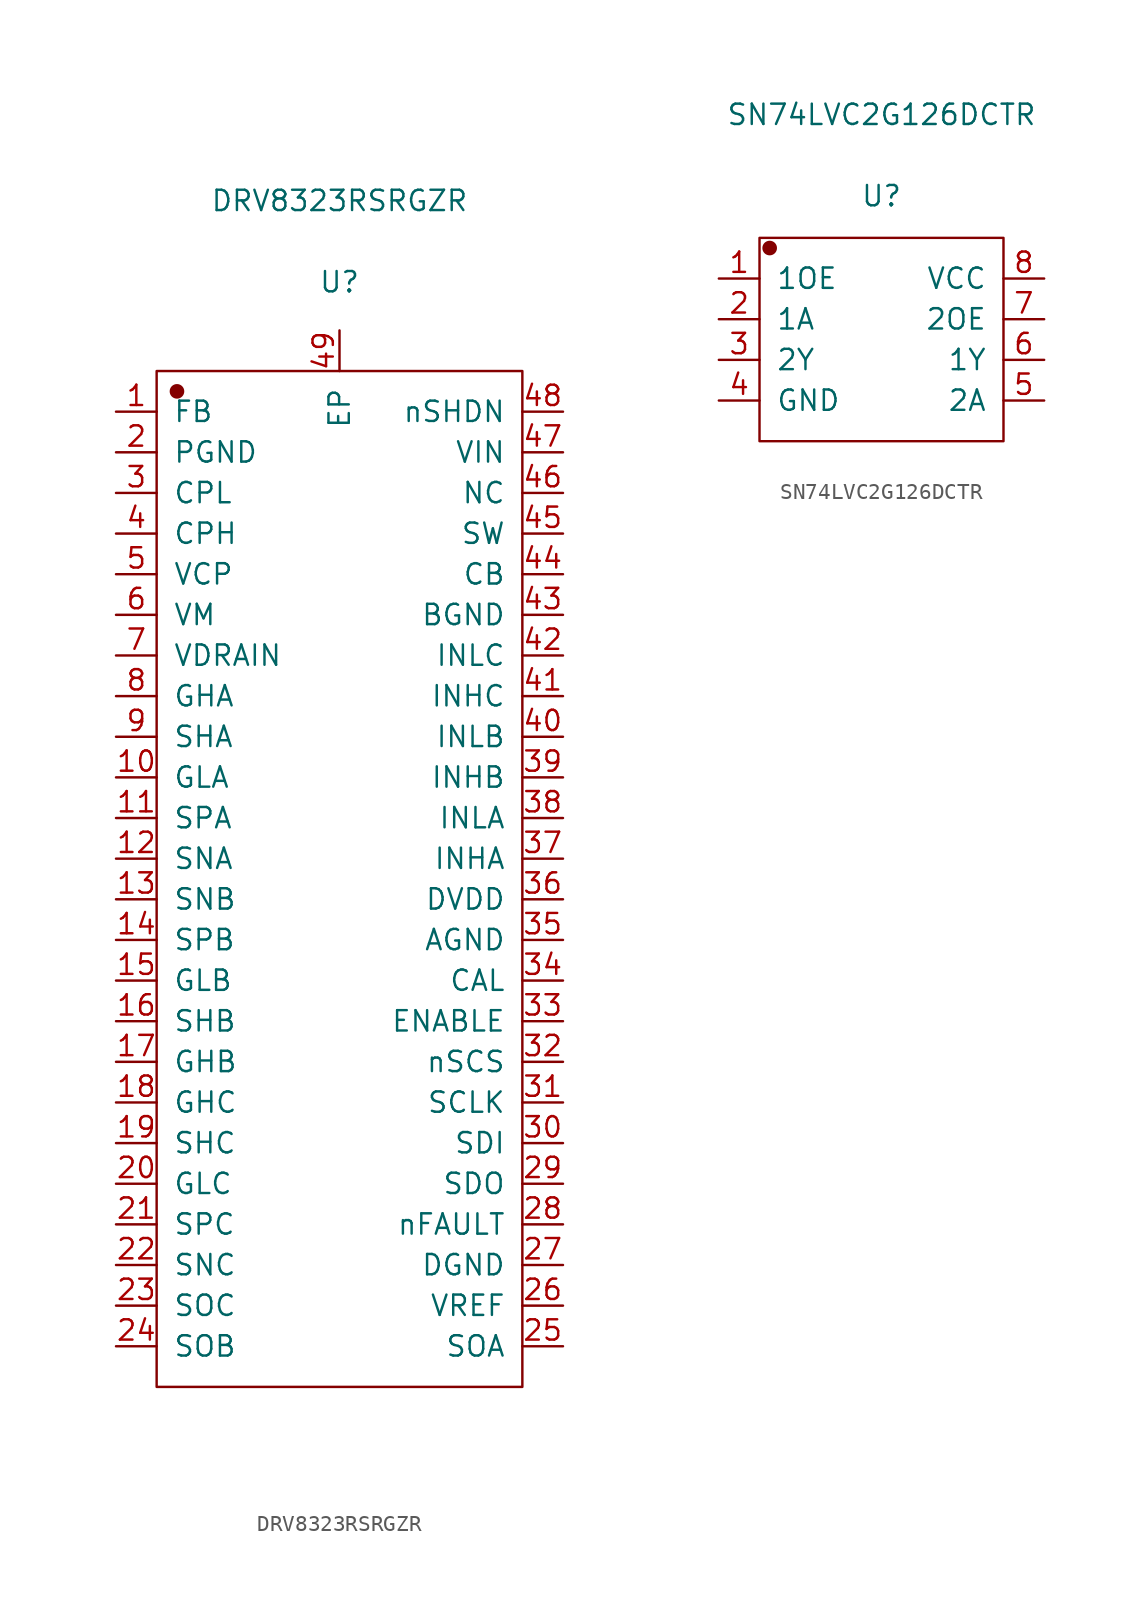
<source format=kicad_sym>
(kicad_symbol_lib
  (version 20231120)
  (generator "kicad_symbol_editor")
  (generator_version "8.0")
  (symbol "DRV8323RSRGZR"
    (pin_names
      (offset 1.016))
    (property "Reference" "U"
      (at 0 37.313 0)
      (effects (font (size 1.27 1.27))))
    (property "Value" "DRV8323RSRGZR"
      (at 0 42.393 0)
      (effects (font (size 1.27 1.27))))
    (symbol "DRV8323RSRGZR_1_1"
      (rectangle (start -11.43 31.75) (end 11.43 -31.75) (stroke (width 0.152) (type solid)) (fill (type none)))
      (circle (center -10.16 30.48) (radius 0.381) (stroke (width 0.152) (type solid)) (fill (type outline)))
      (pin input line (at -13.97 29.21 0) (length 2.54) (name "FB" (effects (font (size 1.27 1.27)))) (number "1" (effects (font (size 1.27 1.27)))))
      (pin output line (at -13.97 6.35 0) (length 2.54) (name "GLA" (effects (font (size 1.27 1.27)))) (number "10" (effects (font (size 1.27 1.27)))))
      (pin input line (at -13.97 3.81 0) (length 2.54) (name "SPA" (effects (font (size 1.27 1.27)))) (number "11" (effects (font (size 1.27 1.27)))))
      (pin input line (at -13.97 1.27 0) (length 2.54) (name "SNA" (effects (font (size 1.27 1.27)))) (number "12" (effects (font (size 1.27 1.27)))))
      (pin input line (at -13.97 -1.27 0) (length 2.54) (name "SNB" (effects (font (size 1.27 1.27)))) (number "13" (effects (font (size 1.27 1.27)))))
      (pin input line (at -13.97 -3.81 0) (length 2.54) (name "SPB" (effects (font (size 1.27 1.27)))) (number "14" (effects (font (size 1.27 1.27)))))
      (pin output line (at -13.97 -6.35 0) (length 2.54) (name "GLB" (effects (font (size 1.27 1.27)))) (number "15" (effects (font (size 1.27 1.27)))))
      (pin input line (at -13.97 -8.89 0) (length 2.54) (name "SHB" (effects (font (size 1.27 1.27)))) (number "16" (effects (font (size 1.27 1.27)))))
      (pin output line (at -13.97 -11.43 0) (length 2.54) (name "GHB" (effects (font (size 1.27 1.27)))) (number "17" (effects (font (size 1.27 1.27)))))
      (pin output line (at -13.97 -13.97 0) (length 2.54) (name "GHC" (effects (font (size 1.27 1.27)))) (number "18" (effects (font (size 1.27 1.27)))))
      (pin input line (at -13.97 -16.51 0) (length 2.54) (name "SHC" (effects (font (size 1.27 1.27)))) (number "19" (effects (font (size 1.27 1.27)))))
      (pin power_in line (at -13.97 26.67 0) (length 2.54) (name "PGND" (effects (font (size 1.27 1.27)))) (number "2" (effects (font (size 1.27 1.27)))))
      (pin output line (at -13.97 -19.05 0) (length 2.54) (name "GLC" (effects (font (size 1.27 1.27)))) (number "20" (effects (font (size 1.27 1.27)))))
      (pin input line (at -13.97 -21.59 0) (length 2.54) (name "SPC" (effects (font (size 1.27 1.27)))) (number "21" (effects (font (size 1.27 1.27)))))
      (pin input line (at -13.97 -24.13 0) (length 2.54) (name "SNC" (effects (font (size 1.27 1.27)))) (number "22" (effects (font (size 1.27 1.27)))))
      (pin output line (at -13.97 -26.67 0) (length 2.54) (name "SOC" (effects (font (size 1.27 1.27)))) (number "23" (effects (font (size 1.27 1.27)))))
      (pin output line (at -13.97 -29.21 0) (length 2.54) (name "SOB" (effects (font (size 1.27 1.27)))) (number "24" (effects (font (size 1.27 1.27)))))
      (pin output line (at 13.97 -29.21 180) (length 2.54) (name "SOA" (effects (font (size 1.27 1.27)))) (number "25" (effects (font (size 1.27 1.27)))))
      (pin power_in line (at 13.97 -26.67 180) (length 2.54) (name "VREF" (effects (font (size 1.27 1.27)))) (number "26" (effects (font (size 1.27 1.27)))))
      (pin power_in line (at 13.97 -24.13 180) (length 2.54) (name "DGND" (effects (font (size 1.27 1.27)))) (number "27" (effects (font (size 1.27 1.27)))))
      (pin output line (at 13.97 -21.59 180) (length 2.54) (name "nFAULT" (effects (font (size 1.27 1.27)))) (number "28" (effects (font (size 1.27 1.27)))))
      (pin bidirectional line (at 13.97 -19.05 180) (length 2.54) (name "SDO" (effects (font (size 1.27 1.27)))) (number "29" (effects (font (size 1.27 1.27)))))
      (pin passive line (at -13.97 24.13 0) (length 2.54) (name "CPL" (effects (font (size 1.27 1.27)))) (number "3" (effects (font (size 1.27 1.27)))))
      (pin bidirectional line (at 13.97 -16.51 180) (length 2.54) (name "SDI" (effects (font (size 1.27 1.27)))) (number "30" (effects (font (size 1.27 1.27)))))
      (pin bidirectional line (at 13.97 -13.97 180) (length 2.54) (name "SCLK" (effects (font (size 1.27 1.27)))) (number "31" (effects (font (size 1.27 1.27)))))
      (pin input line (at 13.97 -11.43 180) (length 2.54) (name "nSCS" (effects (font (size 1.27 1.27)))) (number "32" (effects (font (size 1.27 1.27)))))
      (pin input line (at 13.97 -8.89 180) (length 2.54) (name "ENABLE" (effects (font (size 1.27 1.27)))) (number "33" (effects (font (size 1.27 1.27)))))
      (pin input line (at 13.97 -6.35 180) (length 2.54) (name "CAL" (effects (font (size 1.27 1.27)))) (number "34" (effects (font (size 1.27 1.27)))))
      (pin power_in line (at 13.97 -3.81 180) (length 2.54) (name "AGND" (effects (font (size 1.27 1.27)))) (number "35" (effects (font (size 1.27 1.27)))))
      (pin power_out line (at 13.97 -1.27 180) (length 2.54) (name "DVDD" (effects (font (size 1.27 1.27)))) (number "36" (effects (font (size 1.27 1.27)))))
      (pin input line (at 13.97 1.27 180) (length 2.54) (name "INHA" (effects (font (size 1.27 1.27)))) (number "37" (effects (font (size 1.27 1.27)))))
      (pin input line (at 13.97 3.81 180) (length 2.54) (name "INLA" (effects (font (size 1.27 1.27)))) (number "38" (effects (font (size 1.27 1.27)))))
      (pin input line (at 13.97 6.35 180) (length 2.54) (name "INHB" (effects (font (size 1.27 1.27)))) (number "39" (effects (font (size 1.27 1.27)))))
      (pin passive line (at -13.97 21.59 0) (length 2.54) (name "CPH" (effects (font (size 1.27 1.27)))) (number "4" (effects (font (size 1.27 1.27)))))
      (pin input line (at 13.97 8.89 180) (length 2.54) (name "INLB" (effects (font (size 1.27 1.27)))) (number "40" (effects (font (size 1.27 1.27)))))
      (pin input line (at 13.97 11.43 180) (length 2.54) (name "INHC" (effects (font (size 1.27 1.27)))) (number "41" (effects (font (size 1.27 1.27)))))
      (pin input line (at 13.97 13.97 180) (length 2.54) (name "INLC" (effects (font (size 1.27 1.27)))) (number "42" (effects (font (size 1.27 1.27)))))
      (pin power_in line (at 13.97 16.51 180) (length 2.54) (name "BGND" (effects (font (size 1.27 1.27)))) (number "43" (effects (font (size 1.27 1.27)))))
      (pin input line (at 13.97 19.05 180) (length 2.54) (name "CB" (effects (font (size 1.27 1.27)))) (number "44" (effects (font (size 1.27 1.27)))))
      (pin output line (at 13.97 21.59 180) (length 2.54) (name "SW" (effects (font (size 1.27 1.27)))) (number "45" (effects (font (size 1.27 1.27)))))
      (pin passive line (at 13.97 24.13 180) (length 2.54) (name "NC" (effects (font (size 1.27 1.27)))) (number "46" (effects (font (size 1.27 1.27)))))
      (pin power_in line (at 13.97 26.67 180) (length 2.54) (name "VIN" (effects (font (size 1.27 1.27)))) (number "47" (effects (font (size 1.27 1.27)))))
      (pin input line (at 13.97 29.21 180) (length 2.54) (name "nSHDN" (effects (font (size 1.27 1.27)))) (number "48" (effects (font (size 1.27 1.27)))))
      (pin passive line (at 0 34.29 270) (length 2.54) (name "EP" (effects (font (size 1.27 1.27)))) (number "49" (effects (font (size 1.27 1.27)))))
      (pin power_out line (at -13.97 19.05 0) (length 2.54) (name "VCP" (effects (font (size 1.27 1.27)))) (number "5" (effects (font (size 1.27 1.27)))))
      (pin power_in line (at -13.97 16.51 0) (length 2.54) (name "VM" (effects (font (size 1.27 1.27)))) (number "6" (effects (font (size 1.27 1.27)))))
      (pin input line (at -13.97 13.97 0) (length 2.54) (name "VDRAIN" (effects (font (size 1.27 1.27)))) (number "7" (effects (font (size 1.27 1.27)))))
      (pin output line (at -13.97 11.43 0) (length 2.54) (name "GHA" (effects (font (size 1.27 1.27)))) (number "8" (effects (font (size 1.27 1.27)))))
      (pin input line (at -13.97 8.89 0) (length 2.54) (name "SHA" (effects (font (size 1.27 1.27)))) (number "9" (effects (font (size 1.27 1.27)))))))
  (symbol "SN74LVC2G126DCTR"
    (pin_names
      (offset 1.016))
    (property "Reference" "U"
      (at 0 8.966 0)
      (effects (font (size 1.27 1.27))))
    (property "Value" "SN74LVC2G126DCTR"
      (at 0 14.046 0)
      (effects (font (size 1.27 1.27))))
    (symbol "SN74LVC2G126DCTR_1_1"
      (rectangle (start -7.62 6.35) (end 7.62 -6.35) (stroke (width 0.152) (type solid)) (fill (type none)))
      (circle (center -6.985 5.715) (radius 0.381) (stroke (width 0.152) (type solid)) (fill (type outline)))
      (pin input line (at -10.16 3.81 0) (length 2.54) (name "1OE" (effects (font (size 1.27 1.27)))) (number "1" (effects (font (size 1.27 1.27)))))
      (pin input line (at -10.16 1.27 0) (length 2.54) (name "1A" (effects (font (size 1.27 1.27)))) (number "2" (effects (font (size 1.27 1.27)))))
      (pin output line (at -10.16 -1.27 0) (length 2.54) (name "2Y" (effects (font (size 1.27 1.27)))) (number "3" (effects (font (size 1.27 1.27)))))
      (pin power_in line (at -10.16 -3.81 0) (length 2.54) (name "GND" (effects (font (size 1.27 1.27)))) (number "4" (effects (font (size 1.27 1.27)))))
      (pin input line (at 10.16 -3.81 180) (length 2.54) (name "2A" (effects (font (size 1.27 1.27)))) (number "5" (effects (font (size 1.27 1.27)))))
      (pin output line (at 10.16 -1.27 180) (length 2.54) (name "1Y" (effects (font (size 1.27 1.27)))) (number "6" (effects (font (size 1.27 1.27)))))
      (pin input line (at 10.16 1.27 180) (length 2.54) (name "2OE" (effects (font (size 1.27 1.27)))) (number "7" (effects (font (size 1.27 1.27)))))
      (pin power_in line (at 10.16 3.81 180) (length 2.54) (name "VCC" (effects (font (size 1.27 1.27)))) (number "8" (effects (font (size 1.27 1.27))))))))
</source>
